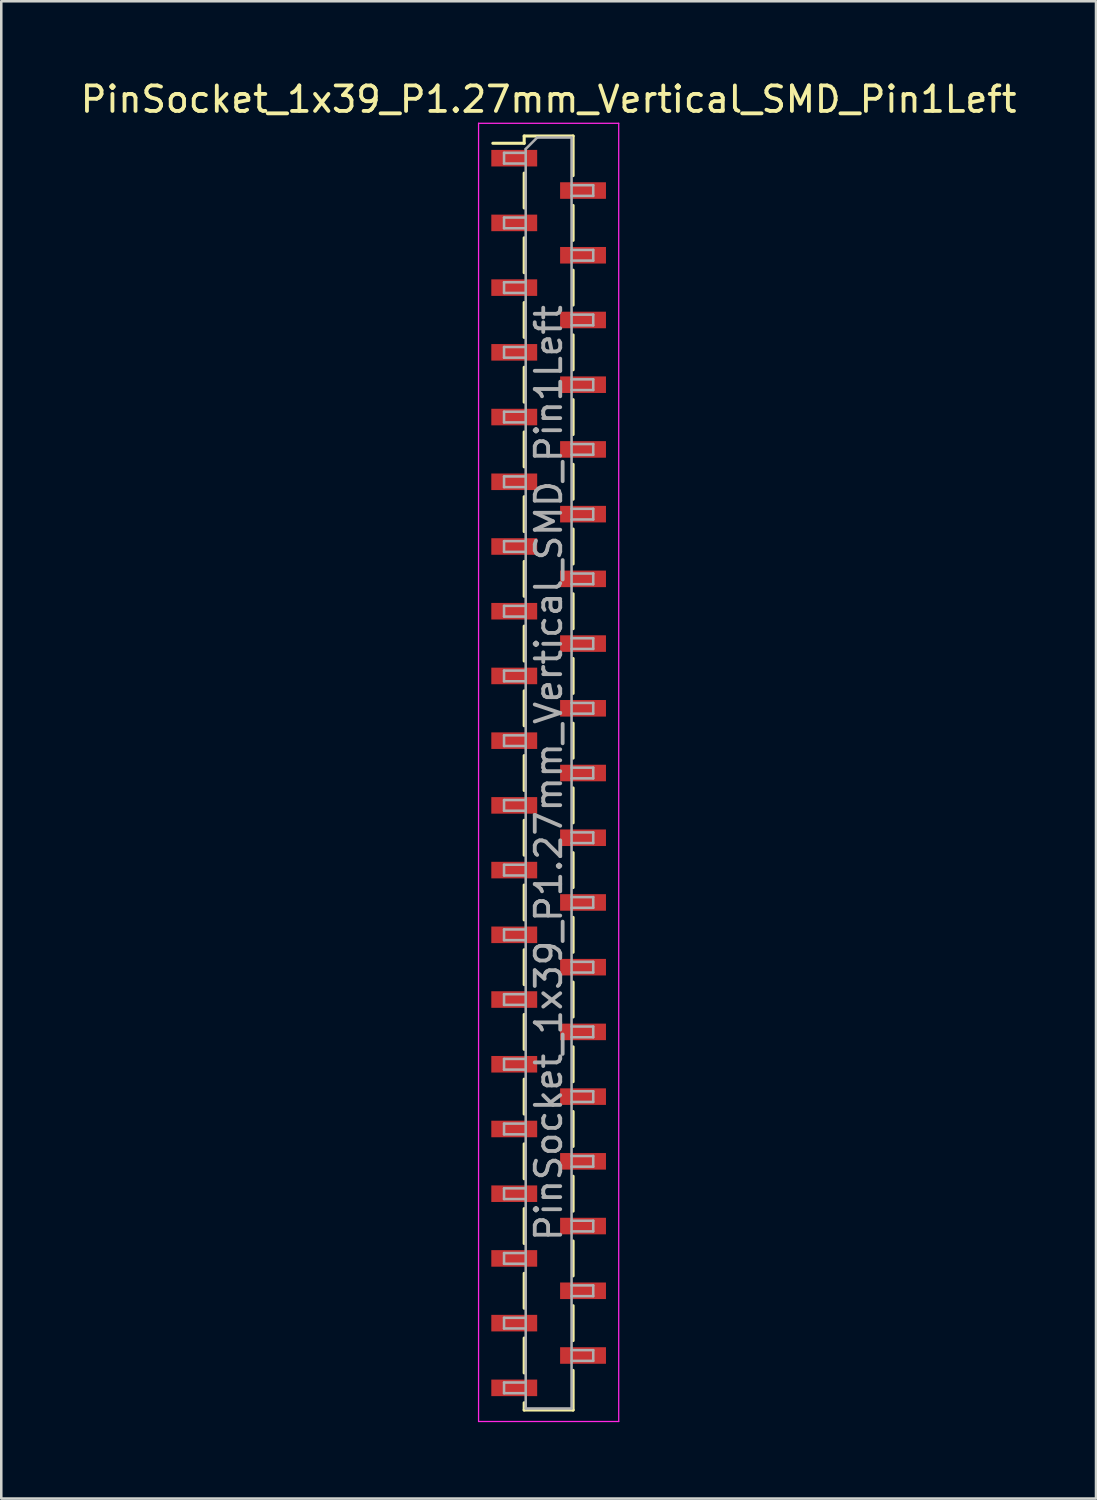
<source format=kicad_pcb>
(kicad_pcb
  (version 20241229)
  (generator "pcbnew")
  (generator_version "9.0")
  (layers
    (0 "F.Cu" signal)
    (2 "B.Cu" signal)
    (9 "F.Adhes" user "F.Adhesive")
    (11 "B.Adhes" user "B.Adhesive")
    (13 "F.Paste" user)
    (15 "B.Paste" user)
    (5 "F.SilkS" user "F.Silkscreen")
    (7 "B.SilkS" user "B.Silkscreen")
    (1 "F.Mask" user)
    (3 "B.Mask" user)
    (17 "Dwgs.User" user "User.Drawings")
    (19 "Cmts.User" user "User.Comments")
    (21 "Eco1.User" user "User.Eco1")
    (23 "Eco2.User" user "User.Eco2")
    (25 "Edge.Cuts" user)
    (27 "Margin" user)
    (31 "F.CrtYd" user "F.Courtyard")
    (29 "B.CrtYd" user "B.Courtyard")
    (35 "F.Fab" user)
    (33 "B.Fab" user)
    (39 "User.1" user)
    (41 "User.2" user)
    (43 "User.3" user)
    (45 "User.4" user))
  (footprint "PinSocket_1x39_P1.27mm_Vertical_SMD_Pin1Left"
    (layer "F.Cu")
    (at 18.482 27.288)
    (property "Reference" "PinSocket_1x39_P1.27mm_Vertical_SMD_Pin1Left" (at 0 -26.44 0) (layer "F.SilkS") (effects (font (size 1 1) (thickness 0.15))))
    (attr smd)
    (fp_line (start -2.19 -24.715) (end -0.96 -24.715) (stroke (width 0.12) (type solid)) (layer "F.SilkS"))
    (fp_line (start -0.96 -25) (end -0.96 -24.715) (stroke (width 0.12) (type solid)) (layer "F.SilkS"))
    (fp_line (start -0.96 -25) (end 0.96 -25) (stroke (width 0.12) (type solid)) (layer "F.SilkS"))
    (fp_line (start -0.96 -23.545) (end -0.96 -22.175) (stroke (width 0.12) (type solid)) (layer "F.SilkS"))
    (fp_line (start -0.96 -21.005) (end -0.96 -19.635) (stroke (width 0.12) (type solid)) (layer "F.SilkS"))
    (fp_line (start -0.96 -18.465) (end -0.96 -17.095) (stroke (width 0.12) (type solid)) (layer "F.SilkS"))
    (fp_line (start -0.96 -15.925) (end -0.96 -14.555) (stroke (width 0.12) (type solid)) (layer "F.SilkS"))
    (fp_line (start -0.96 -13.385) (end -0.96 -12.015) (stroke (width 0.12) (type solid)) (layer "F.SilkS"))
    (fp_line (start -0.96 -10.845) (end -0.96 -9.475) (stroke (width 0.12) (type solid)) (layer "F.SilkS"))
    (fp_line (start -0.96 -8.305) (end -0.96 -6.935) (stroke (width 0.12) (type solid)) (layer "F.SilkS"))
    (fp_line (start -0.96 -5.765) (end -0.96 -4.395) (stroke (width 0.12) (type solid)) (layer "F.SilkS"))
    (fp_line (start -0.96 -3.225) (end -0.96 -1.855) (stroke (width 0.12) (type solid)) (layer "F.SilkS"))
    (fp_line (start -0.96 -0.685) (end -0.96 0.685) (stroke (width 0.12) (type solid)) (layer "F.SilkS"))
    (fp_line (start -0.96 1.855) (end -0.96 3.225) (stroke (width 0.12) (type solid)) (layer "F.SilkS"))
    (fp_line (start -0.96 4.395) (end -0.96 5.765) (stroke (width 0.12) (type solid)) (layer "F.SilkS"))
    (fp_line (start -0.96 6.935) (end -0.96 8.305) (stroke (width 0.12) (type solid)) (layer "F.SilkS"))
    (fp_line (start -0.96 9.475) (end -0.96 10.845) (stroke (width 0.12) (type solid)) (layer "F.SilkS"))
    (fp_line (start -0.96 12.015) (end -0.96 13.385) (stroke (width 0.12) (type solid)) (layer "F.SilkS"))
    (fp_line (start -0.96 14.555) (end -0.96 15.925) (stroke (width 0.12) (type solid)) (layer "F.SilkS"))
    (fp_line (start -0.96 17.095) (end -0.96 18.465) (stroke (width 0.12) (type solid)) (layer "F.SilkS"))
    (fp_line (start -0.96 19.635) (end -0.96 21.005) (stroke (width 0.12) (type solid)) (layer "F.SilkS"))
    (fp_line (start -0.96 22.175) (end -0.96 23.545) (stroke (width 0.12) (type solid)) (layer "F.SilkS"))
    (fp_line (start -0.96 24.715) (end -0.96 25) (stroke (width 0.12) (type solid)) (layer "F.SilkS"))
    (fp_line (start -0.96 25) (end 0.96 25) (stroke (width 0.12) (type solid)) (layer "F.SilkS"))
    (fp_line (start 0.96 -25) (end 0.96 -23.445) (stroke (width 0.12) (type solid)) (layer "F.SilkS"))
    (fp_line (start 0.96 -22.275) (end 0.96 -20.905) (stroke (width 0.12) (type solid)) (layer "F.SilkS"))
    (fp_line (start 0.96 -19.735) (end 0.96 -18.365) (stroke (width 0.12) (type solid)) (layer "F.SilkS"))
    (fp_line (start 0.96 -17.195) (end 0.96 -15.825) (stroke (width 0.12) (type solid)) (layer "F.SilkS"))
    (fp_line (start 0.96 -14.655) (end 0.96 -13.285) (stroke (width 0.12) (type solid)) (layer "F.SilkS"))
    (fp_line (start 0.96 -12.115) (end 0.96 -10.745) (stroke (width 0.12) (type solid)) (layer "F.SilkS"))
    (fp_line (start 0.96 -9.575) (end 0.96 -8.205) (stroke (width 0.12) (type solid)) (layer "F.SilkS"))
    (fp_line (start 0.96 -7.035) (end 0.96 -5.665) (stroke (width 0.12) (type solid)) (layer "F.SilkS"))
    (fp_line (start 0.96 -4.495) (end 0.96 -3.125) (stroke (width 0.12) (type solid)) (layer "F.SilkS"))
    (fp_line (start 0.96 -1.955) (end 0.96 -0.585) (stroke (width 0.12) (type solid)) (layer "F.SilkS"))
    (fp_line (start 0.96 0.585) (end 0.96 1.955) (stroke (width 0.12) (type solid)) (layer "F.SilkS"))
    (fp_line (start 0.96 3.125) (end 0.96 4.495) (stroke (width 0.12) (type solid)) (layer "F.SilkS"))
    (fp_line (start 0.96 5.665) (end 0.96 7.035) (stroke (width 0.12) (type solid)) (layer "F.SilkS"))
    (fp_line (start 0.96 8.205) (end 0.96 9.575) (stroke (width 0.12) (type solid)) (layer "F.SilkS"))
    (fp_line (start 0.96 10.745) (end 0.96 12.115) (stroke (width 0.12) (type solid)) (layer "F.SilkS"))
    (fp_line (start 0.96 13.285) (end 0.96 14.655) (stroke (width 0.12) (type solid)) (layer "F.SilkS"))
    (fp_line (start 0.96 15.825) (end 0.96 17.195) (stroke (width 0.12) (type solid)) (layer "F.SilkS"))
    (fp_line (start 0.96 18.365) (end 0.96 19.735) (stroke (width 0.12) (type solid)) (layer "F.SilkS"))
    (fp_line (start 0.96 20.905) (end 0.96 22.275) (stroke (width 0.12) (type solid)) (layer "F.SilkS"))
    (fp_line (start 0.96 23.445) (end 0.96 25) (stroke (width 0.12) (type solid)) (layer "F.SilkS"))
    (fp_line (start -2.75 -25.5) (end 2.75 -25.5) (stroke (width 0.05) (type solid)) (layer "F.CrtYd"))
    (fp_line (start -2.75 25.45) (end -2.75 -25.5) (stroke (width 0.05) (type solid)) (layer "F.CrtYd"))
    (fp_line (start 2.75 -25.5) (end 2.75 25.45) (stroke (width 0.05) (type solid)) (layer "F.CrtYd"))
    (fp_line (start 2.75 25.45) (end -2.75 25.45) (stroke (width 0.05) (type solid)) (layer "F.CrtYd"))
    (fp_line (start -1.75 -24.34) (end -0.9 -24.34) (stroke (width 0.1) (type solid)) (layer "F.Fab"))
    (fp_line (start -1.75 -23.92) (end -1.75 -24.34) (stroke (width 0.1) (type solid)) (layer "F.Fab"))
    (fp_line (start -1.75 -21.8) (end -0.9 -21.8) (stroke (width 0.1) (type solid)) (layer "F.Fab"))
    (fp_line (start -1.75 -21.38) (end -1.75 -21.8) (stroke (width 0.1) (type solid)) (layer "F.Fab"))
    (fp_line (start -1.75 -19.26) (end -0.9 -19.26) (stroke (width 0.1) (type solid)) (layer "F.Fab"))
    (fp_line (start -1.75 -18.84) (end -1.75 -19.26) (stroke (width 0.1) (type solid)) (layer "F.Fab"))
    (fp_line (start -1.75 -16.72) (end -0.9 -16.72) (stroke (width 0.1) (type solid)) (layer "F.Fab"))
    (fp_line (start -1.75 -16.3) (end -1.75 -16.72) (stroke (width 0.1) (type solid)) (layer "F.Fab"))
    (fp_line (start -1.75 -14.18) (end -0.9 -14.18) (stroke (width 0.1) (type solid)) (layer "F.Fab"))
    (fp_line (start -1.75 -13.76) (end -1.75 -14.18) (stroke (width 0.1) (type solid)) (layer "F.Fab"))
    (fp_line (start -1.75 -11.64) (end -0.9 -11.64) (stroke (width 0.1) (type solid)) (layer "F.Fab"))
    (fp_line (start -1.75 -11.22) (end -1.75 -11.64) (stroke (width 0.1) (type solid)) (layer "F.Fab"))
    (fp_line (start -1.75 -9.1) (end -0.9 -9.1) (stroke (width 0.1) (type solid)) (layer "F.Fab"))
    (fp_line (start -1.75 -8.68) (end -1.75 -9.1) (stroke (width 0.1) (type solid)) (layer "F.Fab"))
    (fp_line (start -1.75 -6.56) (end -0.9 -6.56) (stroke (width 0.1) (type solid)) (layer "F.Fab"))
    (fp_line (start -1.75 -6.14) (end -1.75 -6.56) (stroke (width 0.1) (type solid)) (layer "F.Fab"))
    (fp_line (start -1.75 -4.02) (end -0.9 -4.02) (stroke (width 0.1) (type solid)) (layer "F.Fab"))
    (fp_line (start -1.75 -3.6) (end -1.75 -4.02) (stroke (width 0.1) (type solid)) (layer "F.Fab"))
    (fp_line (start -1.75 -1.48) (end -0.9 -1.48) (stroke (width 0.1) (type solid)) (layer "F.Fab"))
    (fp_line (start -1.75 -1.06) (end -1.75 -1.48) (stroke (width 0.1) (type solid)) (layer "F.Fab"))
    (fp_line (start -1.75 1.06) (end -0.9 1.06) (stroke (width 0.1) (type solid)) (layer "F.Fab"))
    (fp_line (start -1.75 1.48) (end -1.75 1.06) (stroke (width 0.1) (type solid)) (layer "F.Fab"))
    (fp_line (start -1.75 3.6) (end -0.9 3.6) (stroke (width 0.1) (type solid)) (layer "F.Fab"))
    (fp_line (start -1.75 4.02) (end -1.75 3.6) (stroke (width 0.1) (type solid)) (layer "F.Fab"))
    (fp_line (start -1.75 6.14) (end -0.9 6.14) (stroke (width 0.1) (type solid)) (layer "F.Fab"))
    (fp_line (start -1.75 6.56) (end -1.75 6.14) (stroke (width 0.1) (type solid)) (layer "F.Fab"))
    (fp_line (start -1.75 8.68) (end -0.9 8.68) (stroke (width 0.1) (type solid)) (layer "F.Fab"))
    (fp_line (start -1.75 9.1) (end -1.75 8.68) (stroke (width 0.1) (type solid)) (layer "F.Fab"))
    (fp_line (start -1.75 11.22) (end -0.9 11.22) (stroke (width 0.1) (type solid)) (layer "F.Fab"))
    (fp_line (start -1.75 11.64) (end -1.75 11.22) (stroke (width 0.1) (type solid)) (layer "F.Fab"))
    (fp_line (start -1.75 13.76) (end -0.9 13.76) (stroke (width 0.1) (type solid)) (layer "F.Fab"))
    (fp_line (start -1.75 14.18) (end -1.75 13.76) (stroke (width 0.1) (type solid)) (layer "F.Fab"))
    (fp_line (start -1.75 16.3) (end -0.9 16.3) (stroke (width 0.1) (type solid)) (layer "F.Fab"))
    (fp_line (start -1.75 16.72) (end -1.75 16.3) (stroke (width 0.1) (type solid)) (layer "F.Fab"))
    (fp_line (start -1.75 18.84) (end -0.9 18.84) (stroke (width 0.1) (type solid)) (layer "F.Fab"))
    (fp_line (start -1.75 19.26) (end -1.75 18.84) (stroke (width 0.1) (type solid)) (layer "F.Fab"))
    (fp_line (start -1.75 21.38) (end -0.9 21.38) (stroke (width 0.1) (type solid)) (layer "F.Fab"))
    (fp_line (start -1.75 21.8) (end -1.75 21.38) (stroke (width 0.1) (type solid)) (layer "F.Fab"))
    (fp_line (start -1.75 23.92) (end -0.9 23.92) (stroke (width 0.1) (type solid)) (layer "F.Fab"))
    (fp_line (start -1.75 24.34) (end -1.75 23.92) (stroke (width 0.1) (type solid)) (layer "F.Fab"))
    (fp_line (start -0.9 -24.49) (end -0.45 -24.94) (stroke (width 0.1) (type solid)) (layer "F.Fab"))
    (fp_line (start -0.9 -23.92) (end -1.75 -23.92) (stroke (width 0.1) (type solid)) (layer "F.Fab"))
    (fp_line (start -0.9 -21.38) (end -1.75 -21.38) (stroke (width 0.1) (type solid)) (layer "F.Fab"))
    (fp_line (start -0.9 -18.84) (end -1.75 -18.84) (stroke (width 0.1) (type solid)) (layer "F.Fab"))
    (fp_line (start -0.9 -16.3) (end -1.75 -16.3) (stroke (width 0.1) (type solid)) (layer "F.Fab"))
    (fp_line (start -0.9 -13.76) (end -1.75 -13.76) (stroke (width 0.1) (type solid)) (layer "F.Fab"))
    (fp_line (start -0.9 -11.22) (end -1.75 -11.22) (stroke (width 0.1) (type solid)) (layer "F.Fab"))
    (fp_line (start -0.9 -8.68) (end -1.75 -8.68) (stroke (width 0.1) (type solid)) (layer "F.Fab"))
    (fp_line (start -0.9 -6.14) (end -1.75 -6.14) (stroke (width 0.1) (type solid)) (layer "F.Fab"))
    (fp_line (start -0.9 -3.6) (end -1.75 -3.6) (stroke (width 0.1) (type solid)) (layer "F.Fab"))
    (fp_line (start -0.9 -1.06) (end -1.75 -1.06) (stroke (width 0.1) (type solid)) (layer "F.Fab"))
    (fp_line (start -0.9 1.48) (end -1.75 1.48) (stroke (width 0.1) (type solid)) (layer "F.Fab"))
    (fp_line (start -0.9 4.02) (end -1.75 4.02) (stroke (width 0.1) (type solid)) (layer "F.Fab"))
    (fp_line (start -0.9 6.56) (end -1.75 6.56) (stroke (width 0.1) (type solid)) (layer "F.Fab"))
    (fp_line (start -0.9 9.1) (end -1.75 9.1) (stroke (width 0.1) (type solid)) (layer "F.Fab"))
    (fp_line (start -0.9 11.64) (end -1.75 11.64) (stroke (width 0.1) (type solid)) (layer "F.Fab"))
    (fp_line (start -0.9 14.18) (end -1.75 14.18) (stroke (width 0.1) (type solid)) (layer "F.Fab"))
    (fp_line (start -0.9 16.72) (end -1.75 16.72) (stroke (width 0.1) (type solid)) (layer "F.Fab"))
    (fp_line (start -0.9 19.26) (end -1.75 19.26) (stroke (width 0.1) (type solid)) (layer "F.Fab"))
    (fp_line (start -0.9 21.8) (end -1.75 21.8) (stroke (width 0.1) (type solid)) (layer "F.Fab"))
    (fp_line (start -0.9 24.34) (end -1.75 24.34) (stroke (width 0.1) (type solid)) (layer "F.Fab"))
    (fp_line (start -0.9 24.94) (end -0.9 -24.49) (stroke (width 0.1) (type solid)) (layer "F.Fab"))
    (fp_line (start -0.45 -24.94) (end 0.9 -24.94) (stroke (width 0.1) (type solid)) (layer "F.Fab"))
    (fp_line (start 0.9 -24.94) (end 0.9 24.94) (stroke (width 0.1) (type solid)) (layer "F.Fab"))
    (fp_line (start 0.9 -23.07) (end 1.75 -23.07) (stroke (width 0.1) (type solid)) (layer "F.Fab"))
    (fp_line (start 0.9 -20.53) (end 1.75 -20.53) (stroke (width 0.1) (type solid)) (layer "F.Fab"))
    (fp_line (start 0.9 -17.99) (end 1.75 -17.99) (stroke (width 0.1) (type solid)) (layer "F.Fab"))
    (fp_line (start 0.9 -15.45) (end 1.75 -15.45) (stroke (width 0.1) (type solid)) (layer "F.Fab"))
    (fp_line (start 0.9 -12.91) (end 1.75 -12.91) (stroke (width 0.1) (type solid)) (layer "F.Fab"))
    (fp_line (start 0.9 -10.37) (end 1.75 -10.37) (stroke (width 0.1) (type solid)) (layer "F.Fab"))
    (fp_line (start 0.9 -7.83) (end 1.75 -7.83) (stroke (width 0.1) (type solid)) (layer "F.Fab"))
    (fp_line (start 0.9 -5.29) (end 1.75 -5.29) (stroke (width 0.1) (type solid)) (layer "F.Fab"))
    (fp_line (start 0.9 -2.75) (end 1.75 -2.75) (stroke (width 0.1) (type solid)) (layer "F.Fab"))
    (fp_line (start 0.9 -0.21) (end 1.75 -0.21) (stroke (width 0.1) (type solid)) (layer "F.Fab"))
    (fp_line (start 0.9 2.33) (end 1.75 2.33) (stroke (width 0.1) (type solid)) (layer "F.Fab"))
    (fp_line (start 0.9 4.87) (end 1.75 4.87) (stroke (width 0.1) (type solid)) (layer "F.Fab"))
    (fp_line (start 0.9 7.41) (end 1.75 7.41) (stroke (width 0.1) (type solid)) (layer "F.Fab"))
    (fp_line (start 0.9 9.95) (end 1.75 9.95) (stroke (width 0.1) (type solid)) (layer "F.Fab"))
    (fp_line (start 0.9 12.49) (end 1.75 12.49) (stroke (width 0.1) (type solid)) (layer "F.Fab"))
    (fp_line (start 0.9 15.03) (end 1.75 15.03) (stroke (width 0.1) (type solid)) (layer "F.Fab"))
    (fp_line (start 0.9 17.57) (end 1.75 17.57) (stroke (width 0.1) (type solid)) (layer "F.Fab"))
    (fp_line (start 0.9 20.11) (end 1.75 20.11) (stroke (width 0.1) (type solid)) (layer "F.Fab"))
    (fp_line (start 0.9 22.65) (end 1.75 22.65) (stroke (width 0.1) (type solid)) (layer "F.Fab"))
    (fp_line (start 0.9 24.94) (end -0.9 24.94) (stroke (width 0.1) (type solid)) (layer "F.Fab"))
    (fp_line (start 1.75 -23.07) (end 1.75 -22.65) (stroke (width 0.1) (type solid)) (layer "F.Fab"))
    (fp_line (start 1.75 -22.65) (end 0.9 -22.65) (stroke (width 0.1) (type solid)) (layer "F.Fab"))
    (fp_line (start 1.75 -20.53) (end 1.75 -20.11) (stroke (width 0.1) (type solid)) (layer "F.Fab"))
    (fp_line (start 1.75 -20.11) (end 0.9 -20.11) (stroke (width 0.1) (type solid)) (layer "F.Fab"))
    (fp_line (start 1.75 -17.99) (end 1.75 -17.57) (stroke (width 0.1) (type solid)) (layer "F.Fab"))
    (fp_line (start 1.75 -17.57) (end 0.9 -17.57) (stroke (width 0.1) (type solid)) (layer "F.Fab"))
    (fp_line (start 1.75 -15.45) (end 1.75 -15.03) (stroke (width 0.1) (type solid)) (layer "F.Fab"))
    (fp_line (start 1.75 -15.03) (end 0.9 -15.03) (stroke (width 0.1) (type solid)) (layer "F.Fab"))
    (fp_line (start 1.75 -12.91) (end 1.75 -12.49) (stroke (width 0.1) (type solid)) (layer "F.Fab"))
    (fp_line (start 1.75 -12.49) (end 0.9 -12.49) (stroke (width 0.1) (type solid)) (layer "F.Fab"))
    (fp_line (start 1.75 -10.37) (end 1.75 -9.95) (stroke (width 0.1) (type solid)) (layer "F.Fab"))
    (fp_line (start 1.75 -9.95) (end 0.9 -9.95) (stroke (width 0.1) (type solid)) (layer "F.Fab"))
    (fp_line (start 1.75 -7.83) (end 1.75 -7.41) (stroke (width 0.1) (type solid)) (layer "F.Fab"))
    (fp_line (start 1.75 -7.41) (end 0.9 -7.41) (stroke (width 0.1) (type solid)) (layer "F.Fab"))
    (fp_line (start 1.75 -5.29) (end 1.75 -4.87) (stroke (width 0.1) (type solid)) (layer "F.Fab"))
    (fp_line (start 1.75 -4.87) (end 0.9 -4.87) (stroke (width 0.1) (type solid)) (layer "F.Fab"))
    (fp_line (start 1.75 -2.75) (end 1.75 -2.33) (stroke (width 0.1) (type solid)) (layer "F.Fab"))
    (fp_line (start 1.75 -2.33) (end 0.9 -2.33) (stroke (width 0.1) (type solid)) (layer "F.Fab"))
    (fp_line (start 1.75 -0.21) (end 1.75 0.21) (stroke (width 0.1) (type solid)) (layer "F.Fab"))
    (fp_line (start 1.75 0.21) (end 0.9 0.21) (stroke (width 0.1) (type solid)) (layer "F.Fab"))
    (fp_line (start 1.75 2.33) (end 1.75 2.75) (stroke (width 0.1) (type solid)) (layer "F.Fab"))
    (fp_line (start 1.75 2.75) (end 0.9 2.75) (stroke (width 0.1) (type solid)) (layer "F.Fab"))
    (fp_line (start 1.75 4.87) (end 1.75 5.29) (stroke (width 0.1) (type solid)) (layer "F.Fab"))
    (fp_line (start 1.75 5.29) (end 0.9 5.29) (stroke (width 0.1) (type solid)) (layer "F.Fab"))
    (fp_line (start 1.75 7.41) (end 1.75 7.83) (stroke (width 0.1) (type solid)) (layer "F.Fab"))
    (fp_line (start 1.75 7.83) (end 0.9 7.83) (stroke (width 0.1) (type solid)) (layer "F.Fab"))
    (fp_line (start 1.75 9.95) (end 1.75 10.37) (stroke (width 0.1) (type solid)) (layer "F.Fab"))
    (fp_line (start 1.75 10.37) (end 0.9 10.37) (stroke (width 0.1) (type solid)) (layer "F.Fab"))
    (fp_line (start 1.75 12.49) (end 1.75 12.91) (stroke (width 0.1) (type solid)) (layer "F.Fab"))
    (fp_line (start 1.75 12.91) (end 0.9 12.91) (stroke (width 0.1) (type solid)) (layer "F.Fab"))
    (fp_line (start 1.75 15.03) (end 1.75 15.45) (stroke (width 0.1) (type solid)) (layer "F.Fab"))
    (fp_line (start 1.75 15.45) (end 0.9 15.45) (stroke (width 0.1) (type solid)) (layer "F.Fab"))
    (fp_line (start 1.75 17.57) (end 1.75 17.99) (stroke (width 0.1) (type solid)) (layer "F.Fab"))
    (fp_line (start 1.75 17.99) (end 0.9 17.99) (stroke (width 0.1) (type solid)) (layer "F.Fab"))
    (fp_line (start 1.75 20.11) (end 1.75 20.53) (stroke (width 0.1) (type solid)) (layer "F.Fab"))
    (fp_line (start 1.75 20.53) (end 0.9 20.53) (stroke (width 0.1) (type solid)) (layer "F.Fab"))
    (fp_line (start 1.75 22.65) (end 1.75 23.07) (stroke (width 0.1) (type solid)) (layer "F.Fab"))
    (fp_line (start 1.75 23.07) (end 0.9 23.07) (stroke (width 0.1) (type solid)) (layer "F.Fab"))
    (fp_text user "${REFERENCE}" (at 0 0 90) (layer "F.Fab") (effects (font (size 1 1) (thickness 0.15))))
    (pad "1" smd rect (at -1.35 -24.13) (size 1.8 0.65) (layers "F.Cu" "F.Mask" "F.Paste"))
    (pad "2" smd rect (at 1.35 -22.86) (size 1.8 0.65) (layers "F.Cu" "F.Mask" "F.Paste"))
    (pad "3" smd rect (at -1.35 -21.59) (size 1.8 0.65) (layers "F.Cu" "F.Mask" "F.Paste"))
    (pad "4" smd rect (at 1.35 -20.32) (size 1.8 0.65) (layers "F.Cu" "F.Mask" "F.Paste"))
    (pad "5" smd rect (at -1.35 -19.05) (size 1.8 0.65) (layers "F.Cu" "F.Mask" "F.Paste"))
    (pad "6" smd rect (at 1.35 -17.78) (size 1.8 0.65) (layers "F.Cu" "F.Mask" "F.Paste"))
    (pad "7" smd rect (at -1.35 -16.51) (size 1.8 0.65) (layers "F.Cu" "F.Mask" "F.Paste"))
    (pad "8" smd rect (at 1.35 -15.24) (size 1.8 0.65) (layers "F.Cu" "F.Mask" "F.Paste"))
    (pad "9" smd rect (at -1.35 -13.97) (size 1.8 0.65) (layers "F.Cu" "F.Mask" "F.Paste"))
    (pad "10" smd rect (at 1.35 -12.7) (size 1.8 0.65) (layers "F.Cu" "F.Mask" "F.Paste"))
    (pad "11" smd rect (at -1.35 -11.43) (size 1.8 0.65) (layers "F.Cu" "F.Mask" "F.Paste"))
    (pad "12" smd rect (at 1.35 -10.16) (size 1.8 0.65) (layers "F.Cu" "F.Mask" "F.Paste"))
    (pad "13" smd rect (at -1.35 -8.89) (size 1.8 0.65) (layers "F.Cu" "F.Mask" "F.Paste"))
    (pad "14" smd rect (at 1.35 -7.62) (size 1.8 0.65) (layers "F.Cu" "F.Mask" "F.Paste"))
    (pad "15" smd rect (at -1.35 -6.35) (size 1.8 0.65) (layers "F.Cu" "F.Mask" "F.Paste"))
    (pad "16" smd rect (at 1.35 -5.08) (size 1.8 0.65) (layers "F.Cu" "F.Mask" "F.Paste"))
    (pad "17" smd rect (at -1.35 -3.81) (size 1.8 0.65) (layers "F.Cu" "F.Mask" "F.Paste"))
    (pad "18" smd rect (at 1.35 -2.54) (size 1.8 0.65) (layers "F.Cu" "F.Mask" "F.Paste"))
    (pad "19" smd rect (at -1.35 -1.27) (size 1.8 0.65) (layers "F.Cu" "F.Mask" "F.Paste"))
    (pad "20" smd rect (at 1.35 0) (size 1.8 0.65) (layers "F.Cu" "F.Mask" "F.Paste"))
    (pad "21" smd rect (at -1.35 1.27) (size 1.8 0.65) (layers "F.Cu" "F.Mask" "F.Paste"))
    (pad "22" smd rect (at 1.35 2.54) (size 1.8 0.65) (layers "F.Cu" "F.Mask" "F.Paste"))
    (pad "23" smd rect (at -1.35 3.81) (size 1.8 0.65) (layers "F.Cu" "F.Mask" "F.Paste"))
    (pad "24" smd rect (at 1.35 5.08) (size 1.8 0.65) (layers "F.Cu" "F.Mask" "F.Paste"))
    (pad "25" smd rect (at -1.35 6.35) (size 1.8 0.65) (layers "F.Cu" "F.Mask" "F.Paste"))
    (pad "26" smd rect (at 1.35 7.62) (size 1.8 0.65) (layers "F.Cu" "F.Mask" "F.Paste"))
    (pad "27" smd rect (at -1.35 8.89) (size 1.8 0.65) (layers "F.Cu" "F.Mask" "F.Paste"))
    (pad "28" smd rect (at 1.35 10.16) (size 1.8 0.65) (layers "F.Cu" "F.Mask" "F.Paste"))
    (pad "29" smd rect (at -1.35 11.43) (size 1.8 0.65) (layers "F.Cu" "F.Mask" "F.Paste"))
    (pad "30" smd rect (at 1.35 12.7) (size 1.8 0.65) (layers "F.Cu" "F.Mask" "F.Paste"))
    (pad "31" smd rect (at -1.35 13.97) (size 1.8 0.65) (layers "F.Cu" "F.Mask" "F.Paste"))
    (pad "32" smd rect (at 1.35 15.24) (size 1.8 0.65) (layers "F.Cu" "F.Mask" "F.Paste"))
    (pad "33" smd rect (at -1.35 16.51) (size 1.8 0.65) (layers "F.Cu" "F.Mask" "F.Paste"))
    (pad "34" smd rect (at 1.35 17.78) (size 1.8 0.65) (layers "F.Cu" "F.Mask" "F.Paste"))
    (pad "35" smd rect (at -1.35 19.05) (size 1.8 0.65) (layers "F.Cu" "F.Mask" "F.Paste"))
    (pad "36" smd rect (at 1.35 20.32) (size 1.8 0.65) (layers "F.Cu" "F.Mask" "F.Paste"))
    (pad "37" smd rect (at -1.35 21.59) (size 1.8 0.65) (layers "F.Cu" "F.Mask" "F.Paste"))
    (pad "38" smd rect (at 1.35 22.86) (size 1.8 0.65) (layers "F.Cu" "F.Mask" "F.Paste"))
    (pad "39" smd rect (at -1.35 24.13) (size 1.8 0.65) (layers "F.Cu" "F.Mask" "F.Paste")))
  (gr_rect
    (start -3 -3)
    (end 39.964 55.763)
    (stroke (width 0.1) (type default))
    (fill no)
    (layer "Edge.Cuts")))
</source>
